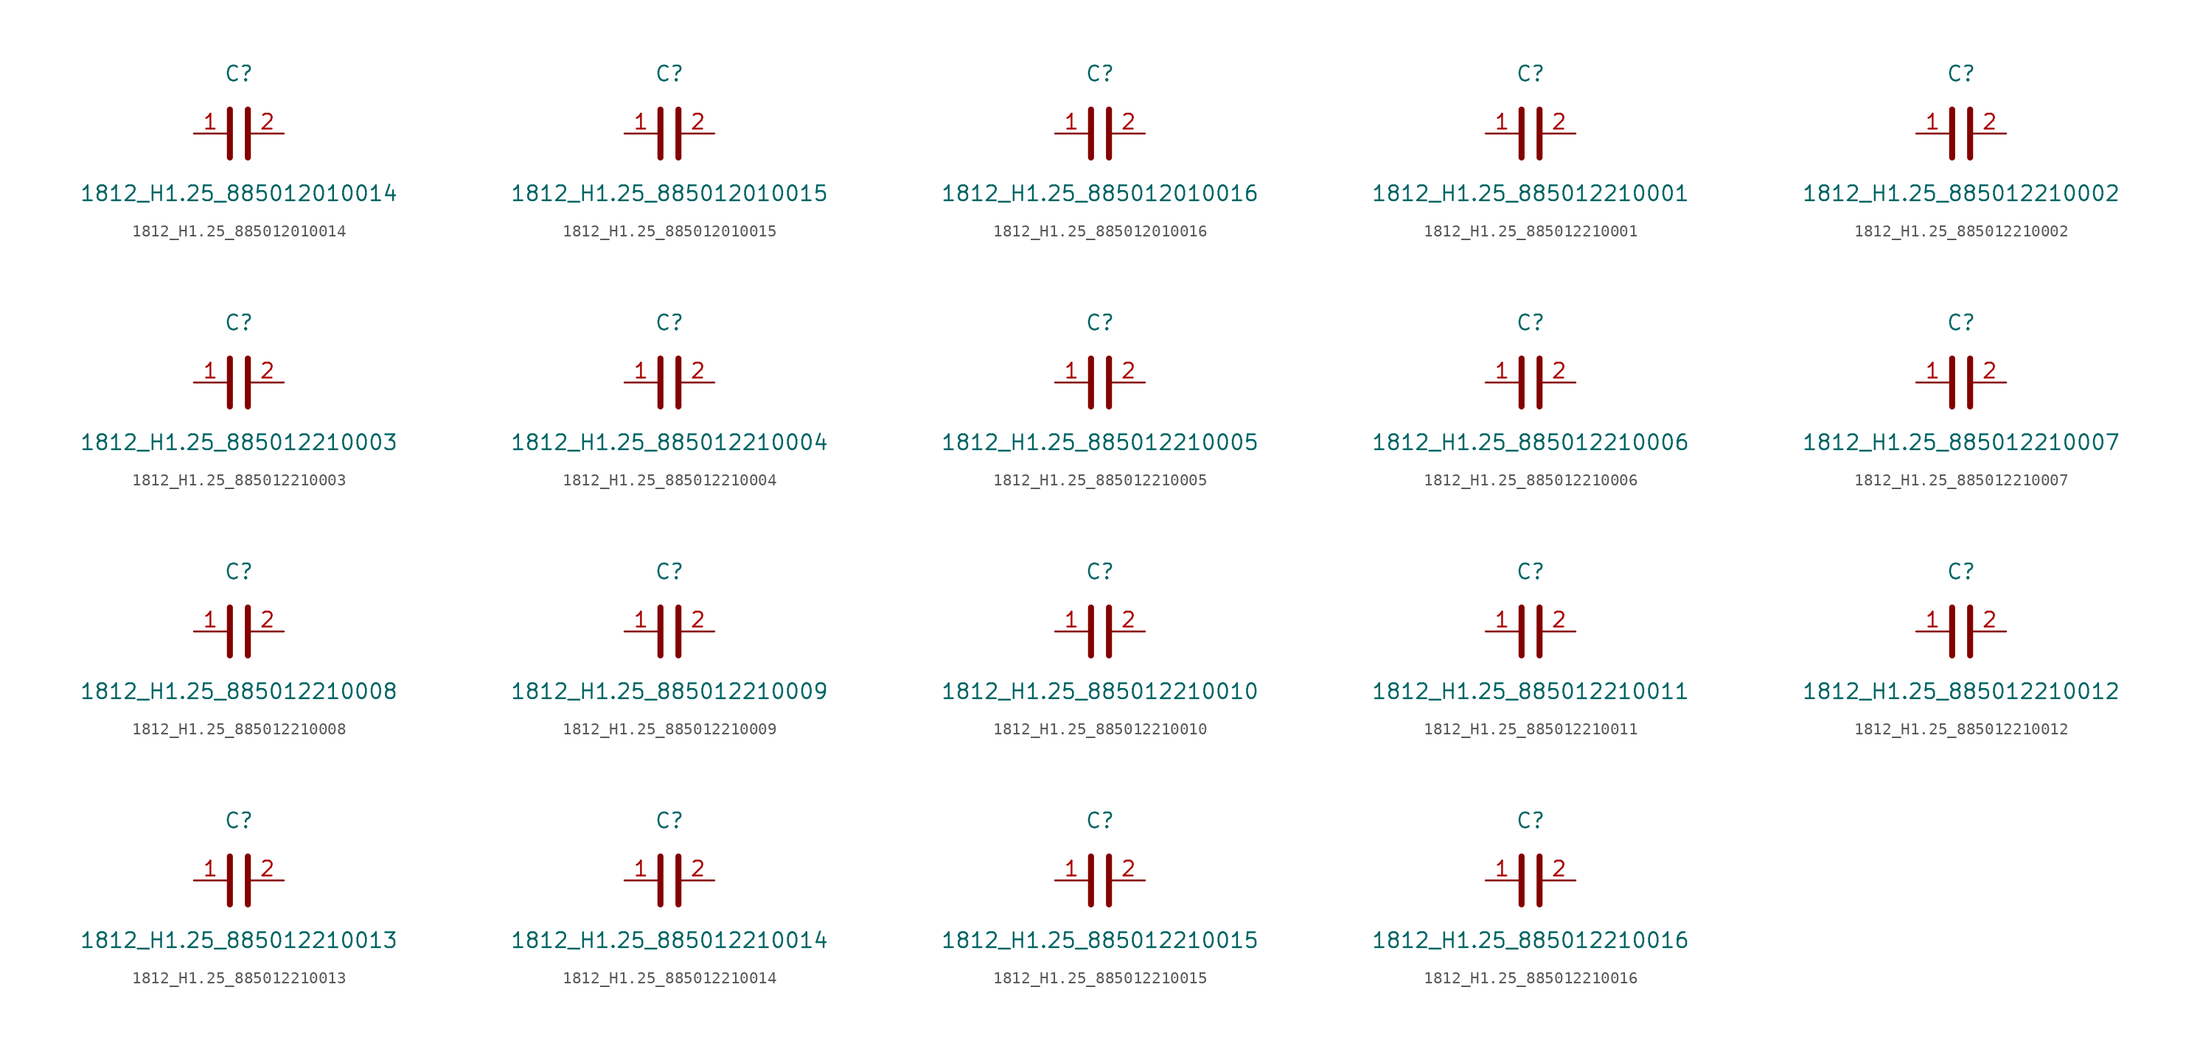
<source format=kicad_sym>
(kicad_symbol_lib
  (version 20220914)
  (generator kicad_symbol_editor)
  (symbol "1812_H1.25_885012010014"
    (pin_names hide)
    (property "Reference" "C"
      (at 0 5.08 0)
      (effects (font (size 1.27 1.27))))
    (property "Value" "1812_H1.25_885012010014"
      (at 0 -5.08 0)
      (effects (font (size 1.27 1.27))))
    (symbol "1812_H1.25_885012010014_0_1"
      (polyline (pts (xy -0.762 -2.032) (xy -0.762 2.032)) (stroke (width 0.508) (type default)) (fill (type none)))
      (polyline (pts (xy 0.762 -2.032) (xy 0.762 2.032)) (stroke (width 0.508) (type default)) (fill (type none))))
    (symbol "1812_H1.25_885012010014_1_1"
      (pin passive line (at -3.81 0 0) (length 2.794) (name "1" (effects (font (size 1.27 1.27)))) (number "1" (effects (font (size 1.27 1.27)))))
      (pin passive line (at 3.81 0 180) (length 2.794) (name "2" (effects (font (size 1.27 1.27)))) (number "2" (effects (font (size 1.27 1.27)))))))
  (symbol "1812_H1.25_885012010015"
    (pin_names hide)
    (property "Reference" "C"
      (at 0 5.08 0)
      (effects (font (size 1.27 1.27))))
    (property "Value" "1812_H1.25_885012010015"
      (at 0 -5.08 0)
      (effects (font (size 1.27 1.27))))
    (symbol "1812_H1.25_885012010015_0_1"
      (polyline (pts (xy -0.762 -2.032) (xy -0.762 2.032)) (stroke (width 0.508) (type default)) (fill (type none)))
      (polyline (pts (xy 0.762 -2.032) (xy 0.762 2.032)) (stroke (width 0.508) (type default)) (fill (type none))))
    (symbol "1812_H1.25_885012010015_1_1"
      (pin passive line (at -3.81 0 0) (length 2.794) (name "1" (effects (font (size 1.27 1.27)))) (number "1" (effects (font (size 1.27 1.27)))))
      (pin passive line (at 3.81 0 180) (length 2.794) (name "2" (effects (font (size 1.27 1.27)))) (number "2" (effects (font (size 1.27 1.27)))))))
  (symbol "1812_H1.25_885012010016"
    (pin_names hide)
    (property "Reference" "C"
      (at 0 5.08 0)
      (effects (font (size 1.27 1.27))))
    (property "Value" "1812_H1.25_885012010016"
      (at 0 -5.08 0)
      (effects (font (size 1.27 1.27))))
    (symbol "1812_H1.25_885012010016_0_1"
      (polyline (pts (xy -0.762 -2.032) (xy -0.762 2.032)) (stroke (width 0.508) (type default)) (fill (type none)))
      (polyline (pts (xy 0.762 -2.032) (xy 0.762 2.032)) (stroke (width 0.508) (type default)) (fill (type none))))
    (symbol "1812_H1.25_885012010016_1_1"
      (pin passive line (at -3.81 0 0) (length 2.794) (name "1" (effects (font (size 1.27 1.27)))) (number "1" (effects (font (size 1.27 1.27)))))
      (pin passive line (at 3.81 0 180) (length 2.794) (name "2" (effects (font (size 1.27 1.27)))) (number "2" (effects (font (size 1.27 1.27)))))))
  (symbol "1812_H1.25_885012210001"
    (pin_names hide)
    (property "Reference" "C"
      (at 0 5.08 0)
      (effects (font (size 1.27 1.27))))
    (property "Value" "1812_H1.25_885012210001"
      (at 0 -5.08 0)
      (effects (font (size 1.27 1.27))))
    (symbol "1812_H1.25_885012210001_0_1"
      (polyline (pts (xy -0.762 -2.032) (xy -0.762 2.032)) (stroke (width 0.508) (type default)) (fill (type none)))
      (polyline (pts (xy 0.762 -2.032) (xy 0.762 2.032)) (stroke (width 0.508) (type default)) (fill (type none))))
    (symbol "1812_H1.25_885012210001_1_1"
      (pin passive line (at -3.81 0 0) (length 2.794) (name "1" (effects (font (size 1.27 1.27)))) (number "1" (effects (font (size 1.27 1.27)))))
      (pin passive line (at 3.81 0 180) (length 2.794) (name "2" (effects (font (size 1.27 1.27)))) (number "2" (effects (font (size 1.27 1.27)))))))
  (symbol "1812_H1.25_885012210002"
    (pin_names hide)
    (property "Reference" "C"
      (at 0 5.08 0)
      (effects (font (size 1.27 1.27))))
    (property "Value" "1812_H1.25_885012210002"
      (at 0 -5.08 0)
      (effects (font (size 1.27 1.27))))
    (symbol "1812_H1.25_885012210002_0_1"
      (polyline (pts (xy -0.762 -2.032) (xy -0.762 2.032)) (stroke (width 0.508) (type default)) (fill (type none)))
      (polyline (pts (xy 0.762 -2.032) (xy 0.762 2.032)) (stroke (width 0.508) (type default)) (fill (type none))))
    (symbol "1812_H1.25_885012210002_1_1"
      (pin passive line (at -3.81 0 0) (length 2.794) (name "1" (effects (font (size 1.27 1.27)))) (number "1" (effects (font (size 1.27 1.27)))))
      (pin passive line (at 3.81 0 180) (length 2.794) (name "2" (effects (font (size 1.27 1.27)))) (number "2" (effects (font (size 1.27 1.27)))))))
  (symbol "1812_H1.25_885012210003"
    (pin_names hide)
    (property "Reference" "C"
      (at 0 5.08 0)
      (effects (font (size 1.27 1.27))))
    (property "Value" "1812_H1.25_885012210003"
      (at 0 -5.08 0)
      (effects (font (size 1.27 1.27))))
    (symbol "1812_H1.25_885012210003_0_1"
      (polyline (pts (xy -0.762 -2.032) (xy -0.762 2.032)) (stroke (width 0.508) (type default)) (fill (type none)))
      (polyline (pts (xy 0.762 -2.032) (xy 0.762 2.032)) (stroke (width 0.508) (type default)) (fill (type none))))
    (symbol "1812_H1.25_885012210003_1_1"
      (pin passive line (at -3.81 0 0) (length 2.794) (name "1" (effects (font (size 1.27 1.27)))) (number "1" (effects (font (size 1.27 1.27)))))
      (pin passive line (at 3.81 0 180) (length 2.794) (name "2" (effects (font (size 1.27 1.27)))) (number "2" (effects (font (size 1.27 1.27)))))))
  (symbol "1812_H1.25_885012210004"
    (pin_names hide)
    (property "Reference" "C"
      (at 0 5.08 0)
      (effects (font (size 1.27 1.27))))
    (property "Value" "1812_H1.25_885012210004"
      (at 0 -5.08 0)
      (effects (font (size 1.27 1.27))))
    (symbol "1812_H1.25_885012210004_0_1"
      (polyline (pts (xy -0.762 -2.032) (xy -0.762 2.032)) (stroke (width 0.508) (type default)) (fill (type none)))
      (polyline (pts (xy 0.762 -2.032) (xy 0.762 2.032)) (stroke (width 0.508) (type default)) (fill (type none))))
    (symbol "1812_H1.25_885012210004_1_1"
      (pin passive line (at -3.81 0 0) (length 2.794) (name "1" (effects (font (size 1.27 1.27)))) (number "1" (effects (font (size 1.27 1.27)))))
      (pin passive line (at 3.81 0 180) (length 2.794) (name "2" (effects (font (size 1.27 1.27)))) (number "2" (effects (font (size 1.27 1.27)))))))
  (symbol "1812_H1.25_885012210005"
    (pin_names hide)
    (property "Reference" "C"
      (at 0 5.08 0)
      (effects (font (size 1.27 1.27))))
    (property "Value" "1812_H1.25_885012210005"
      (at 0 -5.08 0)
      (effects (font (size 1.27 1.27))))
    (symbol "1812_H1.25_885012210005_0_1"
      (polyline (pts (xy -0.762 -2.032) (xy -0.762 2.032)) (stroke (width 0.508) (type default)) (fill (type none)))
      (polyline (pts (xy 0.762 -2.032) (xy 0.762 2.032)) (stroke (width 0.508) (type default)) (fill (type none))))
    (symbol "1812_H1.25_885012210005_1_1"
      (pin passive line (at -3.81 0 0) (length 2.794) (name "1" (effects (font (size 1.27 1.27)))) (number "1" (effects (font (size 1.27 1.27)))))
      (pin passive line (at 3.81 0 180) (length 2.794) (name "2" (effects (font (size 1.27 1.27)))) (number "2" (effects (font (size 1.27 1.27)))))))
  (symbol "1812_H1.25_885012210006"
    (pin_names hide)
    (property "Reference" "C"
      (at 0 5.08 0)
      (effects (font (size 1.27 1.27))))
    (property "Value" "1812_H1.25_885012210006"
      (at 0 -5.08 0)
      (effects (font (size 1.27 1.27))))
    (symbol "1812_H1.25_885012210006_0_1"
      (polyline (pts (xy -0.762 -2.032) (xy -0.762 2.032)) (stroke (width 0.508) (type default)) (fill (type none)))
      (polyline (pts (xy 0.762 -2.032) (xy 0.762 2.032)) (stroke (width 0.508) (type default)) (fill (type none))))
    (symbol "1812_H1.25_885012210006_1_1"
      (pin passive line (at -3.81 0 0) (length 2.794) (name "1" (effects (font (size 1.27 1.27)))) (number "1" (effects (font (size 1.27 1.27)))))
      (pin passive line (at 3.81 0 180) (length 2.794) (name "2" (effects (font (size 1.27 1.27)))) (number "2" (effects (font (size 1.27 1.27)))))))
  (symbol "1812_H1.25_885012210007"
    (pin_names hide)
    (property "Reference" "C"
      (at 0 5.08 0)
      (effects (font (size 1.27 1.27))))
    (property "Value" "1812_H1.25_885012210007"
      (at 0 -5.08 0)
      (effects (font (size 1.27 1.27))))
    (symbol "1812_H1.25_885012210007_0_1"
      (polyline (pts (xy -0.762 -2.032) (xy -0.762 2.032)) (stroke (width 0.508) (type default)) (fill (type none)))
      (polyline (pts (xy 0.762 -2.032) (xy 0.762 2.032)) (stroke (width 0.508) (type default)) (fill (type none))))
    (symbol "1812_H1.25_885012210007_1_1"
      (pin passive line (at -3.81 0 0) (length 2.794) (name "1" (effects (font (size 1.27 1.27)))) (number "1" (effects (font (size 1.27 1.27)))))
      (pin passive line (at 3.81 0 180) (length 2.794) (name "2" (effects (font (size 1.27 1.27)))) (number "2" (effects (font (size 1.27 1.27)))))))
  (symbol "1812_H1.25_885012210008"
    (pin_names hide)
    (property "Reference" "C"
      (at 0 5.08 0)
      (effects (font (size 1.27 1.27))))
    (property "Value" "1812_H1.25_885012210008"
      (at 0 -5.08 0)
      (effects (font (size 1.27 1.27))))
    (symbol "1812_H1.25_885012210008_0_1"
      (polyline (pts (xy -0.762 -2.032) (xy -0.762 2.032)) (stroke (width 0.508) (type default)) (fill (type none)))
      (polyline (pts (xy 0.762 -2.032) (xy 0.762 2.032)) (stroke (width 0.508) (type default)) (fill (type none))))
    (symbol "1812_H1.25_885012210008_1_1"
      (pin passive line (at -3.81 0 0) (length 2.794) (name "1" (effects (font (size 1.27 1.27)))) (number "1" (effects (font (size 1.27 1.27)))))
      (pin passive line (at 3.81 0 180) (length 2.794) (name "2" (effects (font (size 1.27 1.27)))) (number "2" (effects (font (size 1.27 1.27)))))))
  (symbol "1812_H1.25_885012210009"
    (pin_names hide)
    (property "Reference" "C"
      (at 0 5.08 0)
      (effects (font (size 1.27 1.27))))
    (property "Value" "1812_H1.25_885012210009"
      (at 0 -5.08 0)
      (effects (font (size 1.27 1.27))))
    (symbol "1812_H1.25_885012210009_0_1"
      (polyline (pts (xy -0.762 -2.032) (xy -0.762 2.032)) (stroke (width 0.508) (type default)) (fill (type none)))
      (polyline (pts (xy 0.762 -2.032) (xy 0.762 2.032)) (stroke (width 0.508) (type default)) (fill (type none))))
    (symbol "1812_H1.25_885012210009_1_1"
      (pin passive line (at -3.81 0 0) (length 2.794) (name "1" (effects (font (size 1.27 1.27)))) (number "1" (effects (font (size 1.27 1.27)))))
      (pin passive line (at 3.81 0 180) (length 2.794) (name "2" (effects (font (size 1.27 1.27)))) (number "2" (effects (font (size 1.27 1.27)))))))
  (symbol "1812_H1.25_885012210010"
    (pin_names hide)
    (property "Reference" "C"
      (at 0 5.08 0)
      (effects (font (size 1.27 1.27))))
    (property "Value" "1812_H1.25_885012210010"
      (at 0 -5.08 0)
      (effects (font (size 1.27 1.27))))
    (symbol "1812_H1.25_885012210010_0_1"
      (polyline (pts (xy -0.762 -2.032) (xy -0.762 2.032)) (stroke (width 0.508) (type default)) (fill (type none)))
      (polyline (pts (xy 0.762 -2.032) (xy 0.762 2.032)) (stroke (width 0.508) (type default)) (fill (type none))))
    (symbol "1812_H1.25_885012210010_1_1"
      (pin passive line (at -3.81 0 0) (length 2.794) (name "1" (effects (font (size 1.27 1.27)))) (number "1" (effects (font (size 1.27 1.27)))))
      (pin passive line (at 3.81 0 180) (length 2.794) (name "2" (effects (font (size 1.27 1.27)))) (number "2" (effects (font (size 1.27 1.27)))))))
  (symbol "1812_H1.25_885012210011"
    (pin_names hide)
    (property "Reference" "C"
      (at 0 5.08 0)
      (effects (font (size 1.27 1.27))))
    (property "Value" "1812_H1.25_885012210011"
      (at 0 -5.08 0)
      (effects (font (size 1.27 1.27))))
    (symbol "1812_H1.25_885012210011_0_1"
      (polyline (pts (xy -0.762 -2.032) (xy -0.762 2.032)) (stroke (width 0.508) (type default)) (fill (type none)))
      (polyline (pts (xy 0.762 -2.032) (xy 0.762 2.032)) (stroke (width 0.508) (type default)) (fill (type none))))
    (symbol "1812_H1.25_885012210011_1_1"
      (pin passive line (at -3.81 0 0) (length 2.794) (name "1" (effects (font (size 1.27 1.27)))) (number "1" (effects (font (size 1.27 1.27)))))
      (pin passive line (at 3.81 0 180) (length 2.794) (name "2" (effects (font (size 1.27 1.27)))) (number "2" (effects (font (size 1.27 1.27)))))))
  (symbol "1812_H1.25_885012210012"
    (pin_names hide)
    (property "Reference" "C"
      (at 0 5.08 0)
      (effects (font (size 1.27 1.27))))
    (property "Value" "1812_H1.25_885012210012"
      (at 0 -5.08 0)
      (effects (font (size 1.27 1.27))))
    (symbol "1812_H1.25_885012210012_0_1"
      (polyline (pts (xy -0.762 -2.032) (xy -0.762 2.032)) (stroke (width 0.508) (type default)) (fill (type none)))
      (polyline (pts (xy 0.762 -2.032) (xy 0.762 2.032)) (stroke (width 0.508) (type default)) (fill (type none))))
    (symbol "1812_H1.25_885012210012_1_1"
      (pin passive line (at -3.81 0 0) (length 2.794) (name "1" (effects (font (size 1.27 1.27)))) (number "1" (effects (font (size 1.27 1.27)))))
      (pin passive line (at 3.81 0 180) (length 2.794) (name "2" (effects (font (size 1.27 1.27)))) (number "2" (effects (font (size 1.27 1.27)))))))
  (symbol "1812_H1.25_885012210013"
    (pin_names hide)
    (property "Reference" "C"
      (at 0 5.08 0)
      (effects (font (size 1.27 1.27))))
    (property "Value" "1812_H1.25_885012210013"
      (at 0 -5.08 0)
      (effects (font (size 1.27 1.27))))
    (symbol "1812_H1.25_885012210013_0_1"
      (polyline (pts (xy -0.762 -2.032) (xy -0.762 2.032)) (stroke (width 0.508) (type default)) (fill (type none)))
      (polyline (pts (xy 0.762 -2.032) (xy 0.762 2.032)) (stroke (width 0.508) (type default)) (fill (type none))))
    (symbol "1812_H1.25_885012210013_1_1"
      (pin passive line (at -3.81 0 0) (length 2.794) (name "1" (effects (font (size 1.27 1.27)))) (number "1" (effects (font (size 1.27 1.27)))))
      (pin passive line (at 3.81 0 180) (length 2.794) (name "2" (effects (font (size 1.27 1.27)))) (number "2" (effects (font (size 1.27 1.27)))))))
  (symbol "1812_H1.25_885012210014"
    (pin_names hide)
    (property "Reference" "C"
      (at 0 5.08 0)
      (effects (font (size 1.27 1.27))))
    (property "Value" "1812_H1.25_885012210014"
      (at 0 -5.08 0)
      (effects (font (size 1.27 1.27))))
    (symbol "1812_H1.25_885012210014_0_1"
      (polyline (pts (xy -0.762 -2.032) (xy -0.762 2.032)) (stroke (width 0.508) (type default)) (fill (type none)))
      (polyline (pts (xy 0.762 -2.032) (xy 0.762 2.032)) (stroke (width 0.508) (type default)) (fill (type none))))
    (symbol "1812_H1.25_885012210014_1_1"
      (pin passive line (at -3.81 0 0) (length 2.794) (name "1" (effects (font (size 1.27 1.27)))) (number "1" (effects (font (size 1.27 1.27)))))
      (pin passive line (at 3.81 0 180) (length 2.794) (name "2" (effects (font (size 1.27 1.27)))) (number "2" (effects (font (size 1.27 1.27)))))))
  (symbol "1812_H1.25_885012210015"
    (pin_names hide)
    (property "Reference" "C"
      (at 0 5.08 0)
      (effects (font (size 1.27 1.27))))
    (property "Value" "1812_H1.25_885012210015"
      (at 0 -5.08 0)
      (effects (font (size 1.27 1.27))))
    (symbol "1812_H1.25_885012210015_0_1"
      (polyline (pts (xy -0.762 -2.032) (xy -0.762 2.032)) (stroke (width 0.508) (type default)) (fill (type none)))
      (polyline (pts (xy 0.762 -2.032) (xy 0.762 2.032)) (stroke (width 0.508) (type default)) (fill (type none))))
    (symbol "1812_H1.25_885012210015_1_1"
      (pin passive line (at -3.81 0 0) (length 2.794) (name "1" (effects (font (size 1.27 1.27)))) (number "1" (effects (font (size 1.27 1.27)))))
      (pin passive line (at 3.81 0 180) (length 2.794) (name "2" (effects (font (size 1.27 1.27)))) (number "2" (effects (font (size 1.27 1.27)))))))
  (symbol "1812_H1.25_885012210016"
    (pin_names hide)
    (property "Reference" "C"
      (at 0 5.08 0)
      (effects (font (size 1.27 1.27))))
    (property "Value" "1812_H1.25_885012210016"
      (at 0 -5.08 0)
      (effects (font (size 1.27 1.27))))
    (symbol "1812_H1.25_885012210016_0_1"
      (polyline (pts (xy -0.762 -2.032) (xy -0.762 2.032)) (stroke (width 0.508) (type default)) (fill (type none)))
      (polyline (pts (xy 0.762 -2.032) (xy 0.762 2.032)) (stroke (width 0.508) (type default)) (fill (type none))))
    (symbol "1812_H1.25_885012210016_1_1"
      (pin passive line (at -3.81 0 0) (length 2.794) (name "1" (effects (font (size 1.27 1.27)))) (number "1" (effects (font (size 1.27 1.27)))))
      (pin passive line (at 3.81 0 180) (length 2.794) (name "2" (effects (font (size 1.27 1.27)))) (number "2" (effects (font (size 1.27 1.27))))))))
</source>
